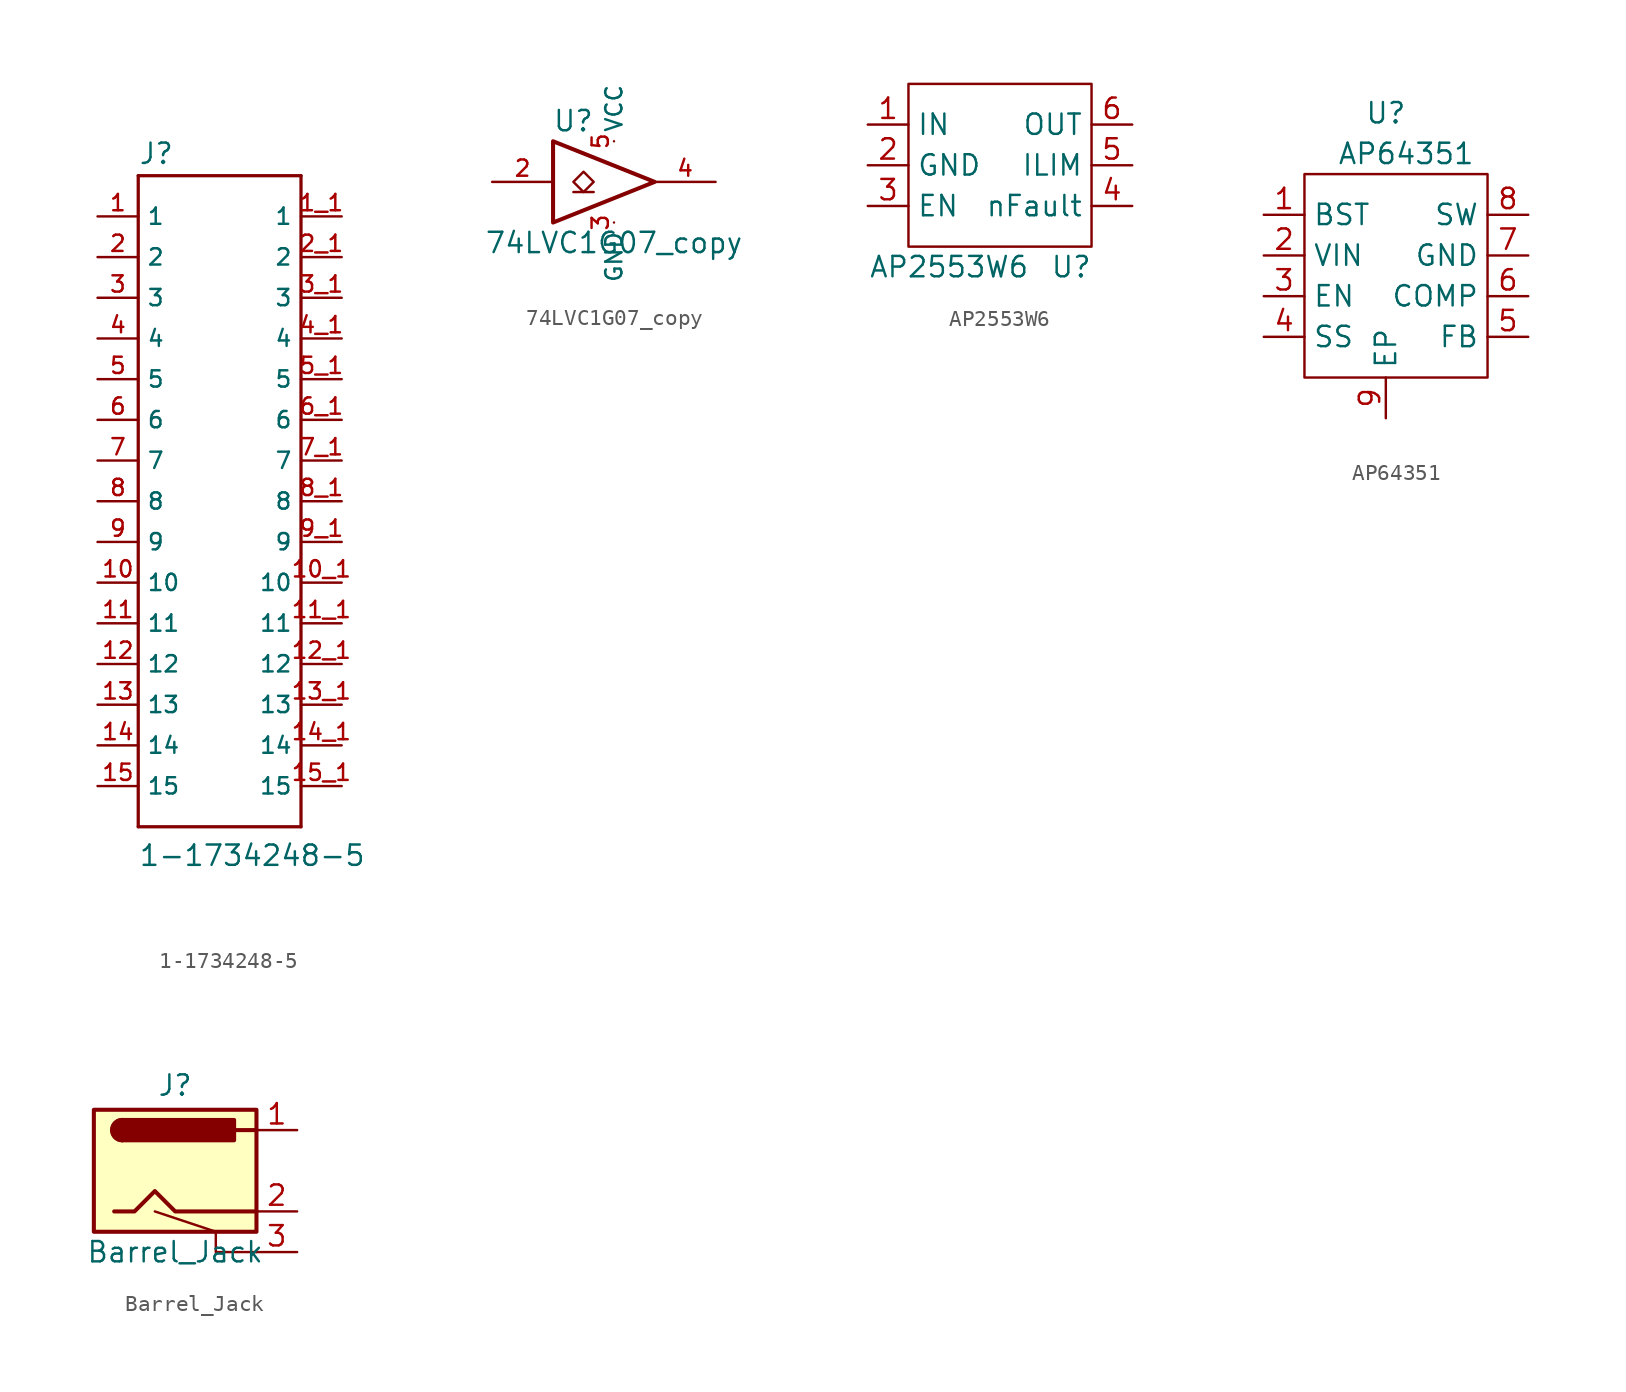
<source format=kicad_sym>
(kicad_symbol_lib
  (version 20201005)
  (generator kicad_symbol_editor)
  (symbol "AP3000:1-1734248-5"
    (property "Reference" "J"
      (at -5.08 20.955 0)
      (effects (font (size 1.27 1.27)) (justify left bottom)))
    (property "Value" "1-1734248-5"
      (at -5.08 -22.86 0)
      (effects (font (size 1.27 1.27)) (justify left bottom)))
    (property "ki_locked" ""
      (at 0 0 0)
      (effects (font (size 1.27 1.27))))
    (symbol "1-1734248-5_0_0"
      (polyline (pts (xy -5.08 -20.32) (xy 5.08 -20.32)) (stroke (width 0.203)) (fill (type none)))
      (polyline (pts (xy -5.08 20.32) (xy -5.08 -20.32)) (stroke (width 0.203)) (fill (type none)))
      (polyline (pts (xy 5.08 -20.32) (xy 5.08 20.32)) (stroke (width 0.203)) (fill (type none)))
      (polyline (pts (xy 5.08 20.32) (xy -5.08 20.32)) (stroke (width 0.203)) (fill (type none)))
      (pin passive line (at -7.62 17.78 0) (length 2.54) (name "1" (effects (font (size 1.016 1.016)))) (number "1" (effects (font (size 1.016 1.016)))))
      (pin passive line (at -7.62 -5.08 0) (length 2.54) (name "10" (effects (font (size 1.016 1.016)))) (number "10" (effects (font (size 1.016 1.016)))))
      (pin passive line (at 7.62 -5.08 180) (length 2.54) (name "10" (effects (font (size 1.016 1.016)))) (number "10_1" (effects (font (size 1.016 1.016)))))
      (pin passive line (at -7.62 -7.62 0) (length 2.54) (name "11" (effects (font (size 1.016 1.016)))) (number "11" (effects (font (size 1.016 1.016)))))
      (pin passive line (at 7.62 -7.62 180) (length 2.54) (name "11" (effects (font (size 1.016 1.016)))) (number "11_1" (effects (font (size 1.016 1.016)))))
      (pin passive line (at -7.62 -10.16 0) (length 2.54) (name "12" (effects (font (size 1.016 1.016)))) (number "12" (effects (font (size 1.016 1.016)))))
      (pin passive line (at 7.62 -10.16 180) (length 2.54) (name "12" (effects (font (size 1.016 1.016)))) (number "12_1" (effects (font (size 1.016 1.016)))))
      (pin passive line (at -7.62 -12.7 0) (length 2.54) (name "13" (effects (font (size 1.016 1.016)))) (number "13" (effects (font (size 1.016 1.016)))))
      (pin passive line (at 7.62 -12.7 180) (length 2.54) (name "13" (effects (font (size 1.016 1.016)))) (number "13_1" (effects (font (size 1.016 1.016)))))
      (pin passive line (at -7.62 -15.24 0) (length 2.54) (name "14" (effects (font (size 1.016 1.016)))) (number "14" (effects (font (size 1.016 1.016)))))
      (pin passive line (at 7.62 -15.24 180) (length 2.54) (name "14" (effects (font (size 1.016 1.016)))) (number "14_1" (effects (font (size 1.016 1.016)))))
      (pin passive line (at -7.62 -17.78 0) (length 2.54) (name "15" (effects (font (size 1.016 1.016)))) (number "15" (effects (font (size 1.016 1.016)))))
      (pin passive line (at 7.62 -17.78 180) (length 2.54) (name "15" (effects (font (size 1.016 1.016)))) (number "15_1" (effects (font (size 1.016 1.016)))))
      (pin passive line (at 7.62 17.78 180) (length 2.54) (name "1" (effects (font (size 1.016 1.016)))) (number "1_1" (effects (font (size 1.016 1.016)))))
      (pin passive line (at -7.62 15.24 0) (length 2.54) (name "2" (effects (font (size 1.016 1.016)))) (number "2" (effects (font (size 1.016 1.016)))))
      (pin passive line (at 7.62 15.24 180) (length 2.54) (name "2" (effects (font (size 1.016 1.016)))) (number "2_1" (effects (font (size 1.016 1.016)))))
      (pin passive line (at -7.62 12.7 0) (length 2.54) (name "3" (effects (font (size 1.016 1.016)))) (number "3" (effects (font (size 1.016 1.016)))))
      (pin passive line (at 7.62 12.7 180) (length 2.54) (name "3" (effects (font (size 1.016 1.016)))) (number "3_1" (effects (font (size 1.016 1.016)))))
      (pin passive line (at -7.62 10.16 0) (length 2.54) (name "4" (effects (font (size 1.016 1.016)))) (number "4" (effects (font (size 1.016 1.016)))))
      (pin passive line (at 7.62 10.16 180) (length 2.54) (name "4" (effects (font (size 1.016 1.016)))) (number "4_1" (effects (font (size 1.016 1.016)))))
      (pin passive line (at -7.62 7.62 0) (length 2.54) (name "5" (effects (font (size 1.016 1.016)))) (number "5" (effects (font (size 1.016 1.016)))))
      (pin passive line (at 7.62 7.62 180) (length 2.54) (name "5" (effects (font (size 1.016 1.016)))) (number "5_1" (effects (font (size 1.016 1.016)))))
      (pin passive line (at -7.62 5.08 0) (length 2.54) (name "6" (effects (font (size 1.016 1.016)))) (number "6" (effects (font (size 1.016 1.016)))))
      (pin passive line (at 7.62 5.08 180) (length 2.54) (name "6" (effects (font (size 1.016 1.016)))) (number "6_1" (effects (font (size 1.016 1.016)))))
      (pin passive line (at -7.62 2.54 0) (length 2.54) (name "7" (effects (font (size 1.016 1.016)))) (number "7" (effects (font (size 1.016 1.016)))))
      (pin passive line (at 7.62 2.54 180) (length 2.54) (name "7" (effects (font (size 1.016 1.016)))) (number "7_1" (effects (font (size 1.016 1.016)))))
      (pin passive line (at -7.62 0 0) (length 2.54) (name "8" (effects (font (size 1.016 1.016)))) (number "8" (effects (font (size 1.016 1.016)))))
      (pin passive line (at 7.62 0 180) (length 2.54) (name "8" (effects (font (size 1.016 1.016)))) (number "8_1" (effects (font (size 1.016 1.016)))))
      (pin passive line (at -7.62 -2.54 0) (length 2.54) (name "9" (effects (font (size 1.016 1.016)))) (number "9" (effects (font (size 1.016 1.016)))))
      (pin passive line (at 7.62 -2.54 180) (length 2.54) (name "9" (effects (font (size 1.016 1.016)))) (number "9_1" (effects (font (size 1.016 1.016)))))))
  (symbol "AP3000:74LVC1G07_copy"
    (property "Reference" "U"
      (at -2.54 3.81 0)
      (effects (font (size 1.27 1.27))))
    (property "Value" "74LVC1G07_copy"
      (at 0 -3.81 0)
      (effects (font (size 1.27 1.27))))
    (symbol "74LVC1G07_copy_0_1"
      (polyline (pts (xy -2.54 -0.635) (xy -1.27 -0.635)) (stroke (width 0)) (fill (type none)))
      (polyline (pts (xy -3.81 2.54) (xy -3.81 -2.54) (xy 2.54 0) (xy -3.81 2.54)) (stroke (width 0.254)) (fill (type none)))
      (polyline (pts (xy -1.905 0.635) (xy -2.54 0) (xy -1.905 -0.635) (xy -1.27 0) (xy -1.905 0.635)) (stroke (width 0)) (fill (type none))))
    (symbol "74LVC1G07_copy_1_1"
      (pin input line (at -7.62 0 0) (length 3.81) (name "~" (effects (font (size 1.016 1.016)))) (number "2" (effects (font (size 1.016 1.016)))))
      (pin power_in line (at 0 -2.54 270) (length 0) (name "GND" (effects (font (size 1.016 1.016)))) (number "3" (effects (font (size 1.016 1.016)))))
      (pin open_collector line (at 6.35 0 180) (length 3.81) (name "~" (effects (font (size 1.016 1.016)))) (number "4" (effects (font (size 1.016 1.016)))))
      (pin power_in line (at 0 2.54 90) (length 0) (name "VCC" (effects (font (size 1.016 1.016)))) (number "5" (effects (font (size 1.016 1.016)))))))
  (symbol "AP3000:AP2553W6"
    (property "Reference" "U"
      (at 3.81 -6.35 0)
      (effects (font (size 1.27 1.27))))
    (property "Value" "AP2553W6"
      (at -3.81 -6.35 0)
      (effects (font (size 1.27 1.27))))
    (symbol "AP2553W6_0_0"
      (pin power_in line (at -8.89 2.54 0) (length 2.54) (name "IN" (effects (font (size 1.27 1.27)))) (number "1" (effects (font (size 1.27 1.27)))))
      (pin power_out line (at -8.89 0 0) (length 2.54) (name "GND" (effects (font (size 1.27 1.27)))) (number "2" (effects (font (size 1.27 1.27)))))
      (pin input line (at -8.89 -2.54 0) (length 2.54) (name "EN" (effects (font (size 1.27 1.27)))) (number "3" (effects (font (size 1.27 1.27)))))
      (pin open_collector line (at 7.62 -2.54 180) (length 2.54) (name "nFault" (effects (font (size 1.27 1.27)))) (number "4" (effects (font (size 1.27 1.27)))))
      (pin passive line (at 7.62 0 180) (length 2.54) (name "ILIM" (effects (font (size 1.27 1.27)))) (number "5" (effects (font (size 1.27 1.27)))))
      (pin power_out line (at 7.62 2.54 180) (length 2.54) (name "OUT" (effects (font (size 1.27 1.27)))) (number "6" (effects (font (size 1.27 1.27))))))
    (symbol "AP2553W6_0_1"
      (rectangle (start -6.35 5.08) (end 5.08 -5.08) (stroke (width 0)) (fill (type none)))))
  (symbol "AP3000:AP64351"
    (property "Reference" "U"
      (at 0 8.89 0)
      (effects (font (size 1.27 1.27))))
    (property "Value" "AP64351"
      (at 1.27 6.35 0)
      (effects (font (size 1.27 1.27))))
    (symbol "AP64351_0_1"
      (rectangle (start -5.08 5.08) (end 6.35 -7.62) (stroke (width 0)) (fill (type none))))
    (symbol "AP64351_1_1"
      (pin passive line (at -7.62 2.54 0) (length 2.54) (name "BST" (effects (font (size 1.27 1.27)))) (number "1" (effects (font (size 1.27 1.27)))))
      (pin power_in line (at -7.62 0 0) (length 2.54) (name "VIN" (effects (font (size 1.27 1.27)))) (number "2" (effects (font (size 1.27 1.27)))))
      (pin input line (at -7.62 -2.54 0) (length 2.54) (name "EN" (effects (font (size 1.27 1.27)))) (number "3" (effects (font (size 1.27 1.27)))))
      (pin input line (at -7.62 -5.08 0) (length 2.54) (name "SS" (effects (font (size 1.27 1.27)))) (number "4" (effects (font (size 1.27 1.27)))))
      (pin input line (at 8.89 -5.08 180) (length 2.54) (name "FB" (effects (font (size 1.27 1.27)))) (number "5" (effects (font (size 1.27 1.27)))))
      (pin input line (at 8.89 -2.54 180) (length 2.54) (name "COMP" (effects (font (size 1.27 1.27)))) (number "6" (effects (font (size 1.27 1.27)))))
      (pin power_in line (at 8.89 0 180) (length 2.54) (name "GND" (effects (font (size 1.27 1.27)))) (number "7" (effects (font (size 1.27 1.27)))))
      (pin output line (at 8.89 2.54 180) (length 2.54) (name "SW" (effects (font (size 1.27 1.27)))) (number "8" (effects (font (size 1.27 1.27)))))
      (pin passive line (at 0 -10.16 90) (length 2.54) (name "EP" (effects (font (size 1.27 1.27)))) (number "9" (effects (font (size 1.27 1.27)))))))
  (symbol "AP3000:Barrel_Jack"
    (property "Reference" "J"
      (at 0 5.334 0)
      (effects (font (size 1.27 1.27))))
    (property "Value" "Barrel_Jack"
      (at 0 -5.08 0)
      (effects (font (size 1.27 1.27))))
    (symbol "Barrel_Jack_0_1"
      (arc (start -3.302 3.175) (end -3.302 1.905) (radius (at -3.302 2.54) (length 0.635) (angles 90.1 -90.1)) (stroke (width 0.254)) (fill (type none)))
      (arc (start -3.302 3.175) (end -3.302 1.905) (radius (at -3.302 2.54) (length 0.635) (angles 90.1 -90.1)) (stroke (width 0.254)) (fill (type outline)))
      (rectangle (start 3.683 3.175) (end -3.302 1.905) (stroke (width 0.254)) (fill (type outline)))
      (rectangle (start -5.08 3.81) (end 5.08 -3.81) (stroke (width 0.254)) (fill (type background)))
      (polyline (pts (xy 5.08 2.54) (xy 3.81 2.54)) (stroke (width 0.254)) (fill (type none)))
      (polyline (pts (xy 5.08 -5.08) (xy 2.54 -5.08) (xy 2.54 -3.81) (xy -1.27 -2.54)) (stroke (width 0)) (fill (type none)))
      (polyline (pts (xy -3.81 -2.54) (xy -2.54 -2.54) (xy -1.27 -1.27) (xy 0 -2.54) (xy 2.54 -2.54) (xy 5.08 -2.54)) (stroke (width 0.254)) (fill (type none))))
    (symbol "Barrel_Jack_1_1"
      (pin passive line (at 7.62 2.54 180) (length 2.54) (name "~" (effects (font (size 1.27 1.27)))) (number "1" (effects (font (size 1.27 1.27)))))
      (pin passive line (at 7.62 -2.54 180) (length 2.54) (name "~" (effects (font (size 1.27 1.27)))) (number "2" (effects (font (size 1.27 1.27)))))
      (pin passive line (at 7.62 -5.08 180) (length 2.54) (name "~" (effects (font (size 1.27 1.27)))) (number "3" (effects (font (size 1.27 1.27))))))))
</source>
